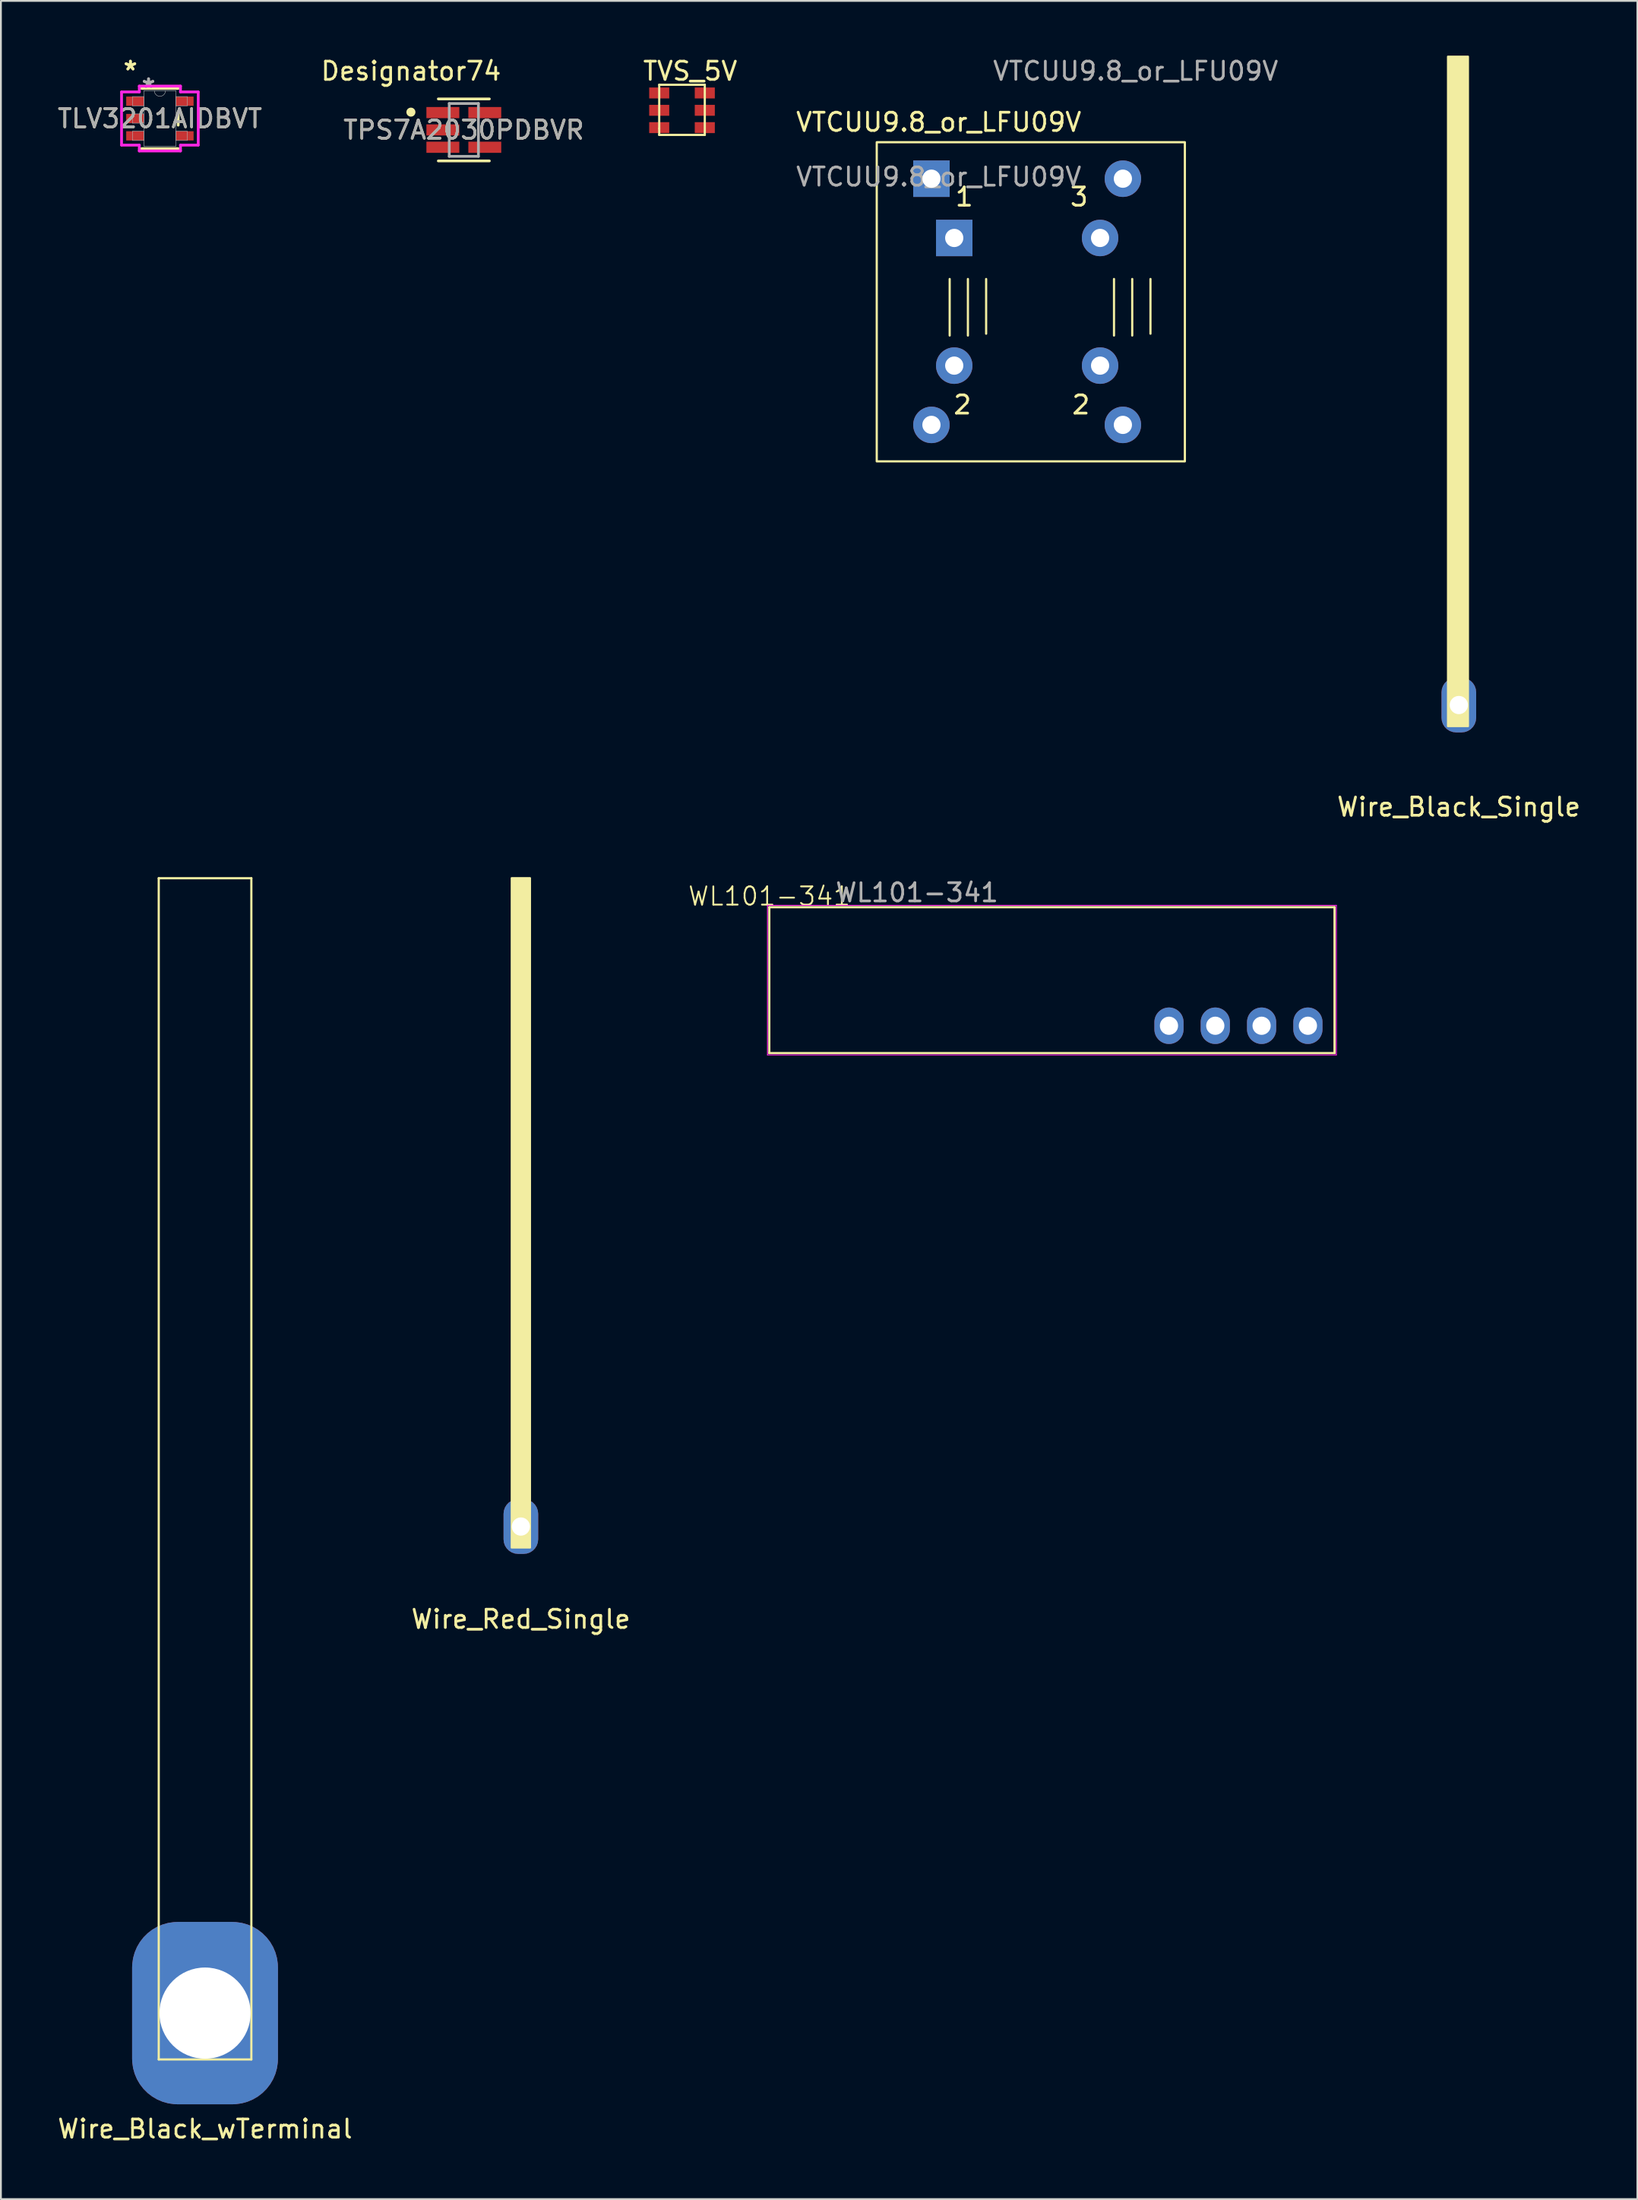
<source format=kicad_pcb>
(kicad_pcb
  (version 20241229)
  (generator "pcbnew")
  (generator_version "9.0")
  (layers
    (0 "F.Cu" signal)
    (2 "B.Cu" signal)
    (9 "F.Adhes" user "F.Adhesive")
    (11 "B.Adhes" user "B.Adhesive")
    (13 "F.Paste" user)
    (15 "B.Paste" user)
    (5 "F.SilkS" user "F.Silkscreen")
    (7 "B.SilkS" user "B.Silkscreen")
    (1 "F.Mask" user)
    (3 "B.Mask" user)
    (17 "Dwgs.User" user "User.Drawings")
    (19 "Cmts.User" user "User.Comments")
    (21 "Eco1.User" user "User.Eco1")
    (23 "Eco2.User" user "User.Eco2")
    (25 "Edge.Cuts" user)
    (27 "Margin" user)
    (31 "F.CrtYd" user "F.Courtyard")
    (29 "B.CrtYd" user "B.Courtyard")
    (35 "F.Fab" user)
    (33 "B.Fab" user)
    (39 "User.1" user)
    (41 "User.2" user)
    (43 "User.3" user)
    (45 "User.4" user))
  (footprint "TLV3201AIDBVT"
    (layer "F.Cu")
    (at 5.72 3.449)
    (property "Reference" "TLV3201AIDBVT" (at 0 0 0) (unlocked yes) (layer "F.SilkS") (effects (font (size 1 1) (thickness 0.15))))
    (attr smd)
    (fp_line (start -1.003 1.651) (end 1.003 1.651) (stroke (width 0.152) (type solid)) (layer "F.SilkS"))
    (fp_line (start 1.003 -1.651) (end -1.003 -1.651) (stroke (width 0.152) (type solid)) (layer "F.SilkS"))
    (fp_line (start 1.003 0.363) (end 1.003 -0.363) (stroke (width 0.152) (type solid)) (layer "F.SilkS"))
    (fp_line (start -2.103 -1.458) (end -1.13 -1.458) (stroke (width 0.152) (type solid)) (layer "F.CrtYd"))
    (fp_line (start -2.103 1.458) (end -2.103 -1.458) (stroke (width 0.152) (type solid)) (layer "F.CrtYd"))
    (fp_line (start -1.13 -1.778) (end 1.13 -1.778) (stroke (width 0.152) (type solid)) (layer "F.CrtYd"))
    (fp_line (start -1.13 -1.458) (end -1.13 -1.778) (stroke (width 0.152) (type solid)) (layer "F.CrtYd"))
    (fp_line (start -1.13 1.458) (end -2.103 1.458) (stroke (width 0.152) (type solid)) (layer "F.CrtYd"))
    (fp_line (start -1.13 1.778) (end -1.13 1.458) (stroke (width 0.152) (type solid)) (layer "F.CrtYd"))
    (fp_line (start 1.13 -1.778) (end 1.13 -1.458) (stroke (width 0.152) (type solid)) (layer "F.CrtYd"))
    (fp_line (start 1.13 -1.458) (end 2.103 -1.458) (stroke (width 0.152) (type solid)) (layer "F.CrtYd"))
    (fp_line (start 1.13 1.458) (end 1.13 1.778) (stroke (width 0.152) (type solid)) (layer "F.CrtYd"))
    (fp_line (start 1.13 1.778) (end -1.13 1.778) (stroke (width 0.152) (type solid)) (layer "F.CrtYd"))
    (fp_line (start 2.103 -1.458) (end 2.103 1.458) (stroke (width 0.152) (type solid)) (layer "F.CrtYd"))
    (fp_line (start 2.103 1.458) (end 1.13 1.458) (stroke (width 0.152) (type solid)) (layer "F.CrtYd"))
    (fp_line (start -1.499 -1.204) (end -1.499 -0.696) (stroke (width 0.025) (type solid)) (layer "F.Fab"))
    (fp_line (start -1.499 -0.696) (end -0.876 -0.696) (stroke (width 0.025) (type solid)) (layer "F.Fab"))
    (fp_line (start -1.499 -0.254) (end -1.499 0.254) (stroke (width 0.025) (type solid)) (layer "F.Fab"))
    (fp_line (start -1.499 0.254) (end -0.876 0.254) (stroke (width 0.025) (type solid)) (layer "F.Fab"))
    (fp_line (start -1.499 0.696) (end -1.499 1.204) (stroke (width 0.025) (type solid)) (layer "F.Fab"))
    (fp_line (start -1.499 1.204) (end -0.876 1.204) (stroke (width 0.025) (type solid)) (layer "F.Fab"))
    (fp_line (start -0.876 -1.524) (end -0.876 1.524) (stroke (width 0.025) (type solid)) (layer "F.Fab"))
    (fp_line (start -0.876 -1.204) (end -1.499 -1.204) (stroke (width 0.025) (type solid)) (layer "F.Fab"))
    (fp_line (start -0.876 -0.696) (end -0.876 -1.204) (stroke (width 0.025) (type solid)) (layer "F.Fab"))
    (fp_line (start -0.876 -0.254) (end -1.499 -0.254) (stroke (width 0.025) (type solid)) (layer "F.Fab"))
    (fp_line (start -0.876 0.254) (end -0.876 -0.254) (stroke (width 0.025) (type solid)) (layer "F.Fab"))
    (fp_line (start -0.876 0.696) (end -1.499 0.696) (stroke (width 0.025) (type solid)) (layer "F.Fab"))
    (fp_line (start -0.876 1.204) (end -0.876 0.696) (stroke (width 0.025) (type solid)) (layer "F.Fab"))
    (fp_line (start -0.876 1.524) (end 0.876 1.524) (stroke (width 0.025) (type solid)) (layer "F.Fab"))
    (fp_line (start 0.876 -1.524) (end -0.876 -1.524) (stroke (width 0.025) (type solid)) (layer "F.Fab"))
    (fp_line (start 0.876 -1.204) (end 0.876 -0.696) (stroke (width 0.025) (type solid)) (layer "F.Fab"))
    (fp_line (start 0.876 -0.696) (end 1.499 -0.696) (stroke (width 0.025) (type solid)) (layer "F.Fab"))
    (fp_line (start 0.876 0.696) (end 0.876 1.204) (stroke (width 0.025) (type solid)) (layer "F.Fab"))
    (fp_line (start 0.876 1.204) (end 1.499 1.204) (stroke (width 0.025) (type solid)) (layer "F.Fab"))
    (fp_line (start 0.876 1.524) (end 0.876 -1.524) (stroke (width 0.025) (type solid)) (layer "F.Fab"))
    (fp_line (start 1.499 -1.204) (end 0.876 -1.204) (stroke (width 0.025) (type solid)) (layer "F.Fab"))
    (fp_line (start 1.499 -0.696) (end 1.499 -1.204) (stroke (width 0.025) (type solid)) (layer "F.Fab"))
    (fp_line (start 1.499 0.696) (end 0.876 0.696) (stroke (width 0.025) (type solid)) (layer "F.Fab"))
    (fp_line (start 1.499 1.204) (end 1.499 0.696) (stroke (width 0.025) (type solid)) (layer "F.Fab"))
    (fp_arc (start 0.3048 -1.524) (mid 0 -1.2192) (end -0.3048 -1.524) (stroke (width 0.0254) (type solid)) (layer "F.Fab"))
    (fp_text user "*" (at -1.616 -2.601 0) (layer "F.SilkS") (effects (font (size 1 1) (thickness 0.15))))
    (fp_text user "*" (at -1.616 -2.601 0) (unlocked yes) (layer "F.SilkS") (effects (font (size 1 1) (thickness 0.15))))
    (fp_text user "*" (at -0.622 -1.636 0) (layer "F.Fab") (effects (font (size 1 1) (thickness 0.15))))
    (fp_text user "*" (at -0.622 -1.636 0) (unlocked yes) (layer "F.Fab") (effects (font (size 1 1) (thickness 0.15))))
    (fp_text user "${REFERENCE}" (at 0 0 0) (unlocked yes) (layer "F.Fab") (effects (font (size 1 1) (thickness 0.15))))
    (pad "1" smd rect (at -1.362 -0.95) (size 0.972 0.508) (layers "F.Cu" "F.Mask" "F.Paste"))
    (pad "2" smd rect (at -1.362 0) (size 0.972 0.508) (layers "F.Cu" "F.Mask" "F.Paste"))
    (pad "3" smd rect (at -1.362 0.95) (size 0.972 0.508) (layers "F.Cu" "F.Mask" "F.Paste"))
    (pad "4" smd rect (at 1.362 0.95) (size 0.972 0.508) (layers "F.Cu" "F.Mask" "F.Paste"))
    (pad "5" smd rect (at 1.362 -0.95) (size 0.972 0.508) (layers "F.Cu" "F.Mask" "F.Paste")))
  (footprint "Wire_Black_wTerminal"
    (layer "F.Cu")
    (at 8.196 107.336)
    (property "Reference" "Wire_Black_wTerminal" (at 0 6.35 0) (layer "F.SilkS") (effects (font (size 1 1) (thickness 0.15))))
    (attr through_hole)
    (fp_line (start -2.54 -62.23) (end -2.54 2.54) (stroke (width 0.12) (type solid)) (layer "F.SilkS"))
    (fp_line (start -2.54 2.54) (end 2.54 2.54) (stroke (width 0.12) (type solid)) (layer "F.SilkS"))
    (fp_line (start 2.54 -62.23) (end -2.54 -62.23) (stroke (width 0.12) (type solid)) (layer "F.SilkS"))
    (fp_line (start 2.54 2.54) (end 2.54 -62.23) (stroke (width 0.12) (type solid)) (layer "F.SilkS"))
    (pad "1" thru_hole roundrect (at 0 0) (size 8 10) (drill 5) (layers "B.Cu") (roundrect_rratio 0.312)))
  (footprint "TVS_5V"
    (layer "F.Cu")
    (at 34.356 2.998)
    (property "Reference" "TVS_5V" (at 0.45 -2.15 0) (layer "F.SilkS") (effects (font (size 1 1) (thickness 0.15))))
    (attr through_hole)
    (fp_line (start -1.25 -1.4) (end 1.25 -1.4) (stroke (width 0.12) (type solid)) (layer "F.SilkS"))
    (fp_line (start -1.25 1) (end -1.25 -1.4) (stroke (width 0.12) (type solid)) (layer "F.SilkS"))
    (fp_line (start -1.25 1.35) (end -1.25 1) (stroke (width 0.12) (type solid)) (layer "F.SilkS"))
    (fp_line (start 1.25 -1.4) (end 1.25 1.35) (stroke (width 0.12) (type solid)) (layer "F.SilkS"))
    (fp_line (start 1.25 1.35) (end -1.25 1.35) (stroke (width 0.12) (type solid)) (layer "F.SilkS"))
    (pad "1" smd rect (at -1.25 0.95) (size 1.1 0.6) (layers "F.Cu" "F.Mask" "F.Paste"))
    (pad "2" smd rect (at -1.25 0) (size 1.1 0.6) (layers "F.Cu" "F.Mask" "F.Paste"))
    (pad "3" smd rect (at -1.25 -0.95) (size 1.1 0.6) (layers "F.Cu" "F.Mask" "F.Paste"))
    (pad "4" smd rect (at 1.25 0.95) (size 1.1 0.6) (layers "F.Cu" "F.Mask" "F.Paste"))
    (pad "5" smd rect (at 1.25 0) (size 1.1 0.6) (layers "F.Cu" "F.Mask" "F.Paste"))
    (pad "6" smd rect (at 1.25 -0.95) (size 1.1 0.6) (layers "F.Cu" "F.Mask" "F.Paste")))
  (footprint "Wire_Red_Single"
    (layer "F.Cu")
    (at 25.518 80.656)
    (property "Reference" "Wire_Red_Single" (at 0 5.08 0) (layer "F.SilkS") (effects (font (size 1 1) (thickness 0.15))))
    (attr through_hole)
    (fp_poly (pts (xy 0.508 1.156) (xy -0.508 1.156) (xy -0.508 -35.56) (xy 0.508 -35.56)) (stroke (width 0.1) (type solid)) (fill yes) (layer "F.SilkS"))
    (pad "1" thru_hole roundrect (at 0 0) (size 1.9 3) (drill 1) (layers "B.Cu") (roundrect_rratio 0.421)))
  (footprint "VTCUU9.8_or_LFU09V"
    (layer "F.Cu")
    (at 48.037 20.248)
    (property "Reference" "VTCUU9.8_or_LFU09V" (at 0.4 -16.6 0) (unlocked yes) (layer "F.SilkS") (effects (font (size 1 1) (thickness 0.15))))
    (attr through_hole)
    (fp_line (start 1 -8) (end 1 -4.9) (stroke (width 0.12) (type solid)) (layer "F.SilkS"))
    (fp_line (start 2 -8) (end 2 -4.9) (stroke (width 0.12) (type solid)) (layer "F.SilkS"))
    (fp_line (start 3 -8) (end 3 -5) (stroke (width 0.12) (type solid)) (layer "F.SilkS"))
    (fp_line (start 10.013 -8) (end 10.013 -4.9) (stroke (width 0.12) (type solid)) (layer "F.SilkS"))
    (fp_line (start 11.013 -8) (end 11.013 -4.9) (stroke (width 0.12) (type solid)) (layer "F.SilkS"))
    (fp_line (start 12.013 -8) (end 12.013 -5) (stroke (width 0.12) (type solid)) (layer "F.SilkS"))
    (fp_rect (start -3 -15.5) (end 13.9 2) (stroke (width 0.12) (type solid)) (fill no) (layer "F.SilkS"))
    (fp_text user "1" (at 1.8 -12.5 0) (unlocked yes) (layer "F.SilkS") (effects (font (size 1 1) (thickness 0.15))))
    (fp_text user "3" (at 8.1 -12.5 0) (unlocked yes) (layer "F.SilkS") (effects (font (size 1 1) (thickness 0.15))))
    (fp_text user "2" (at 8.2 -1.1 0) (unlocked yes) (layer "F.SilkS") (effects (font (size 1 1) (thickness 0.15))))
    (fp_text user "2" (at 1.7 -1.1 0) (unlocked yes) (layer "F.SilkS") (effects (font (size 1 1) (thickness 0.15))))
    (fp_text user "${REFERENCE}" (at 11.2 -19.4 0) (unlocked yes) (layer "F.Fab") (effects (font (size 1 1) (thickness 0.15))))
    (fp_text user "${REFERENCE}" (at 0.4 -13.6 0) (unlocked yes) (layer "F.Fab") (effects (font (size 1 1) (thickness 0.15))))
    (pad "1" thru_hole rect (at 0 -13.5) (size 2 2) (drill 1) (layers "*.Cu" "*.Mask"))
    (pad "1" thru_hole rect (at 1.25 -10.25) (size 2 2) (drill 1) (layers "*.Cu" "*.Mask"))
    (pad "2" thru_hole circle (at 0 0) (size 2 2) (drill 1) (layers "*.Cu" "*.Mask"))
    (pad "2" thru_hole circle (at 1.25 -3.25) (size 2 2) (drill 1) (layers "*.Cu" "*.Mask"))
    (pad "3" thru_hole circle (at 9.25 -10.25) (size 2 2) (drill 1) (layers "*.Cu" "*.Mask"))
    (pad "3" thru_hole circle (at 10.5 -13.5) (size 2 2) (drill 1) (layers "*.Cu" "*.Mask"))
    (pad "4" thru_hole circle (at 9.25 -3.25) (size 2 2) (drill 1) (layers "*.Cu" "*.Mask"))
    (pad "4" thru_hole circle (at 10.5 0) (size 2 2) (drill 1) (layers "*.Cu" "*.Mask")))
  (footprint "Wire_Black_Single"
    (layer "F.Cu")
    (at 76.963 35.61)
    (property "Reference" "Wire_Black_Single" (at 0 5.588 0) (layer "F.SilkS") (effects (font (size 1 1) (thickness 0.15))))
    (attr through_hole)
    (fp_poly (pts (xy 0.508 1.163) (xy -0.602 1.163) (xy -0.602 -35.56) (xy 0.508 -35.56)) (stroke (width 0.1) (type solid)) (fill yes) (layer "F.SilkS"))
    (pad "1" thru_hole roundrect (at 0 0) (size 1.9 3) (drill 1) (layers "B.Cu") (roundrect_rratio 0.421)))
  (footprint "TPS7A2030PDBVR"
    (layer "F.Cu")
    (at 22.39 4.074)
    (property "Reference" "TPS7A2030PDBVR" (at 0 0 0) (unlocked yes) (layer "F.SilkS") (effects (font (size 1 1) (thickness 0.15))))
    (attr smd)
    (fp_line (start -1.4 -1.7) (end 1.4 -1.7) (stroke (width 0.15) (type solid)) (layer "F.SilkS"))
    (fp_line (start -1.4 1.7) (end 1.4 1.7) (stroke (width 0.15) (type solid)) (layer "F.SilkS"))
    (fp_circle (center -2.903 -0.975) (end -2.778 -0.975) (stroke (width 0.25) (type solid)) (fill no) (layer "F.SilkS"))
    (fp_line (start -0.8 -1.45) (end 0.8 -1.45) (stroke (width 0.15) (type solid)) (layer "F.Fab"))
    (fp_line (start -0.8 1.45) (end -0.8 -1.45) (stroke (width 0.15) (type solid)) (layer "F.Fab"))
    (fp_line (start -0.8 1.45) (end 0.8 1.45) (stroke (width 0.15) (type solid)) (layer "F.Fab"))
    (fp_line (start 0.8 1.45) (end 0.8 -1.45) (stroke (width 0.15) (type solid)) (layer "F.Fab"))
    (fp_text user "Designator74" (at -2.896 -3.226 0) (unlocked yes) (layer "F.SilkS") (effects (font (size 1 1) (thickness 0.15))))
    (fp_text user "${REFERENCE}" (at 0 0 0) (unlocked yes) (layer "F.Fab") (effects (font (size 1 1) (thickness 0.15))))
    (pad "1" smd rect (at -1.15 -0.95) (size 1.805 0.612) (layers "F.Cu" "F.Mask" "F.Paste"))
    (pad "2" smd rect (at -1.15 0) (size 1.805 0.612) (layers "F.Cu" "F.Mask" "F.Paste"))
    (pad "3" smd rect (at -1.15 0.95) (size 1.805 0.612) (layers "F.Cu" "F.Mask" "F.Paste"))
    (pad "4" smd rect (at 1.15 0.95) (size 1.805 0.612) (layers "F.Cu" "F.Mask" "F.Paste"))
    (pad "5" smd rect (at 1.15 -0.95) (size 1.805 0.612) (layers "F.Cu" "F.Mask" "F.Paste")))
  (footprint "WL101-341"
    (layer "F.Cu")
    (at 39.145 46.595)
    (property "Reference" "WL101-341" (at 0 -0.5 0) (unlocked yes) (layer "F.SilkS") (effects (font (size 1 1) (thickness 0.1))))
    (attr through_hole)
    (fp_line (start 0 0.1) (end 31 0.1) (stroke (width 0.12) (type solid)) (layer "F.SilkS"))
    (fp_line (start 0 8.1) (end 0 0.1) (stroke (width 0.12) (type solid)) (layer "F.SilkS"))
    (fp_line (start 31 0.1) (end 31 8.1) (stroke (width 0.12) (type solid)) (layer "F.SilkS"))
    (fp_line (start 31 8.1) (end 0 8.1) (stroke (width 0.12) (type solid)) (layer "F.SilkS"))
    (fp_line (start -0.1 0) (end 31.1 0) (stroke (width 0.05) (type default)) (layer "F.CrtYd"))
    (fp_line (start -0.1 8.2) (end -0.1 0) (stroke (width 0.05) (type default)) (layer "F.CrtYd"))
    (fp_line (start 31.1 0) (end 31.1 8.2) (stroke (width 0.05) (type default)) (layer "F.CrtYd"))
    (fp_line (start 31.1 8.2) (end -0.1 8.2) (stroke (width 0.05) (type default)) (layer "F.CrtYd"))
    (fp_text user "${REFERENCE}" (at 8.1 -0.7 0) (unlocked yes) (layer "F.Fab") (effects (font (size 1 1) (thickness 0.15))))
    (pad "1" thru_hole oval (at 21.92 6.6 90) (size 2 1.6) (drill 1) (layers "*.Cu" "*.Mask"))
    (pad "2" thru_hole oval (at 24.46 6.6 90) (size 2 1.6) (drill 1) (layers "*.Cu" "*.Mask"))
    (pad "3" thru_hole oval (at 27 6.6 90) (size 2 1.6) (drill 1) (layers "*.Cu" "*.Mask"))
    (pad "4" thru_hole oval (at 29.54 6.6 90) (size 2 1.6) (drill 1) (layers "*.Cu" "*.Mask")))
  (gr_rect
    (start -3 -3)
    (end 86.755 117.535)
    (stroke (width 0.1) (type default))
    (fill no)
    (layer "Edge.Cuts")))
</source>
